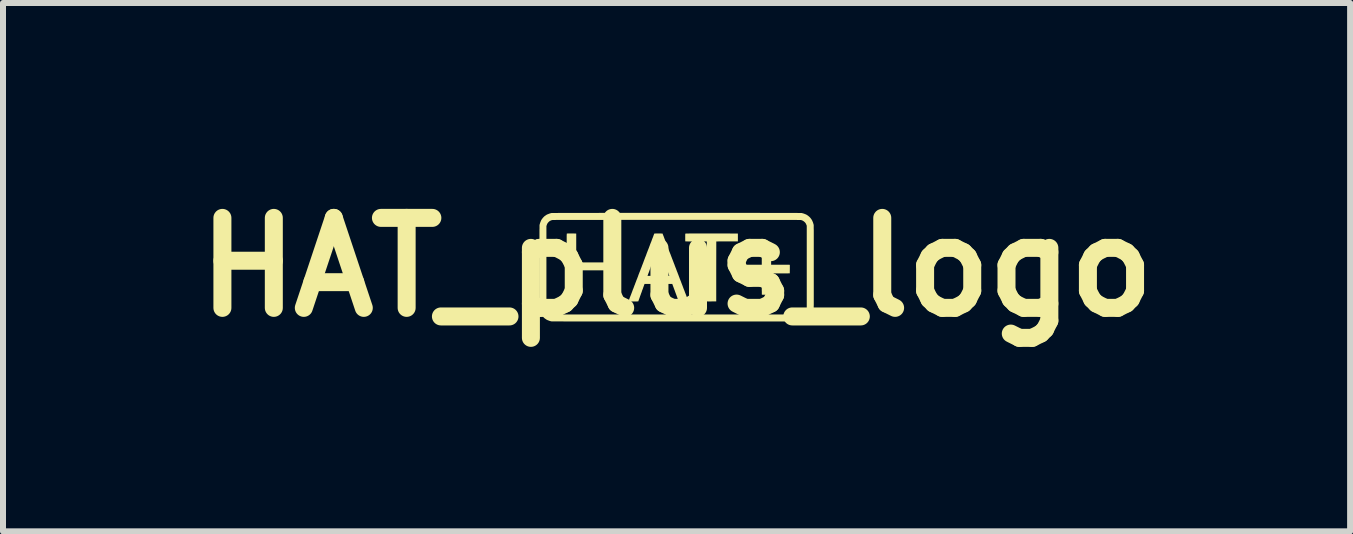
<source format=kicad_pcb>
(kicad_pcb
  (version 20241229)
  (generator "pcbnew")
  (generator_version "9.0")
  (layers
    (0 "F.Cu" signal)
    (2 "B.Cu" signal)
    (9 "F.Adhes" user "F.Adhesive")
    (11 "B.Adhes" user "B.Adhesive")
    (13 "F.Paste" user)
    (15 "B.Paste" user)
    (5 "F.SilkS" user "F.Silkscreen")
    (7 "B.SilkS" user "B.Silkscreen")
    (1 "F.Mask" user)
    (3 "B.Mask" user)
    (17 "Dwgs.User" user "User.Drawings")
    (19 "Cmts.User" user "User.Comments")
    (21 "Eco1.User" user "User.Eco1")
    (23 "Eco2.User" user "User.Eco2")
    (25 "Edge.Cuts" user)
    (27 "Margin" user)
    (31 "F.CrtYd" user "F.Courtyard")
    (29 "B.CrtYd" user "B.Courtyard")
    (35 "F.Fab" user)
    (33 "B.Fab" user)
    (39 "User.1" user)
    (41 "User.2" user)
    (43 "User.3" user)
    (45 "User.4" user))
  (footprint "HAT_plus_logo"
    (layer "F.Cu")
    (at 8.229 1.404)
    (property "Reference" "HAT_plus_logo" (at 0 0 0) (layer "F.SilkS") (effects (font (size 1.5 1.5) (thickness 0.3))))
    (attr board_only exclude_from_pos_files exclude_from_bom)
    (fp_poly (pts (xy 0.628 -0.562) (xy 0.671 -0.562) (xy 0.712 -0.562) (xy 0.75 -0.562) (xy 0.786 -0.562) (xy 0.82 -0.562) (xy 0.851 -0.562) (xy 0.879 -0.562) (xy 0.905 -0.561) (xy 0.929 -0.561) (xy 0.949 -0.561) (xy 0.967 -0.561) (xy 0.983 -0.561) (xy 0.995 -0.561) (xy 1.005 -0.561) (xy 1.013 -0.561) (xy 1.017 -0.561) (xy 1.019 -0.56) (xy 1.022 -0.559) (xy 1.022 -0.494) (xy 1.022 -0.43) (xy 0.842 -0.43) (xy 0.662 -0.429) (xy 0.661 0.071) (xy 0.661 0.571) (xy 0.584 0.571) (xy 0.567 0.572) (xy 0.553 0.572) (xy 0.541 0.572) (xy 0.531 0.572) (xy 0.524 0.572) (xy 0.518 0.571) (xy 0.513 0.571) (xy 0.51 0.571) (xy 0.508 0.571) (xy 0.506 0.57) (xy 0.505 0.57) (xy 0.505 0.569) (xy 0.505 0.569) (xy 0.505 0.568) (xy 0.505 0.564) (xy 0.504 0.557) (xy 0.504 0.549) (xy 0.504 0.537) (xy 0.504 0.523) (xy 0.504 0.507) (xy 0.504 0.488) (xy 0.504 0.467) (xy 0.504 0.443) (xy 0.504 0.416) (xy 0.504 0.387) (xy 0.504 0.355) (xy 0.503 0.32) (xy 0.503 0.283) (xy 0.503 0.243) (xy 0.503 0.2) (xy 0.503 0.154) (xy 0.503 0.106) (xy 0.503 0.069) (xy 0.503 -0.429) (xy 0.325 -0.429) (xy 0.299 -0.429) (xy 0.275 -0.429) (xy 0.254 -0.429) (xy 0.236 -0.429) (xy 0.22 -0.429) (xy 0.205 -0.429) (xy 0.193 -0.429) (xy 0.183 -0.429) (xy 0.174 -0.43) (xy 0.167 -0.43) (xy 0.161 -0.43) (xy 0.156 -0.43) (xy 0.153 -0.43) (xy 0.15 -0.43) (xy 0.148 -0.431) (xy 0.147 -0.431) (xy 0.146 -0.431) (xy 0.146 -0.432) (xy 0.145 -0.432) (xy 0.145 -0.434) (xy 0.145 -0.439) (xy 0.144 -0.447) (xy 0.144 -0.457) (xy 0.144 -0.47) (xy 0.144 -0.485) (xy 0.144 -0.495) (xy 0.144 -0.51) (xy 0.144 -0.522) (xy 0.144 -0.532) (xy 0.144 -0.54) (xy 0.144 -0.546) (xy 0.145 -0.55) (xy 0.145 -0.554) (xy 0.145 -0.556) (xy 0.146 -0.557) (xy 0.146 -0.558) (xy 0.147 -0.559) (xy 0.147 -0.559) (xy 0.148 -0.559) (xy 0.148 -0.56) (xy 0.149 -0.56) (xy 0.15 -0.56) (xy 0.152 -0.56) (xy 0.154 -0.561) (xy 0.157 -0.561) (xy 0.161 -0.561) (xy 0.165 -0.561) (xy 0.171 -0.561) (xy 0.177 -0.561) (xy 0.185 -0.561) (xy 0.194 -0.561) (xy 0.204 -0.561) (xy 0.216 -0.562) (xy 0.229 -0.562) (xy 0.243 -0.562) (xy 0.26 -0.562) (xy 0.278 -0.562) (xy 0.298 -0.562) (xy 0.32 -0.562) (xy 0.345 -0.562) (xy 0.371 -0.562) (xy 0.4 -0.562) (xy 0.431 -0.562) (xy 0.464 -0.562) (xy 0.501 -0.562) (xy 0.539 -0.562) (xy 0.581 -0.562) (xy 0.582 -0.562)) (stroke (width 0) (type solid)) (fill yes) (layer "F.SilkS"))
    (fp_poly (pts (xy 1.513 -0.369) (xy 1.528 -0.369) (xy 1.541 -0.369) (xy 1.552 -0.369) (xy 1.56 -0.369) (xy 1.567 -0.368) (xy 1.571 -0.368) (xy 1.572 -0.368) (xy 1.576 -0.367) (xy 1.576 -0.204) (xy 1.576 -0.041) (xy 1.728 -0.041) (xy 1.754 -0.041) (xy 1.777 -0.041) (xy 1.799 -0.041) (xy 1.818 -0.041) (xy 1.835 -0.041) (xy 1.85 -0.041) (xy 1.862 -0.041) (xy 1.872 -0.041) (xy 1.879 -0.04) (xy 1.883 -0.04) (xy 1.884 -0.04) (xy 1.888 -0.039) (xy 1.888 0.032) (xy 1.887 0.103) (xy 1.731 0.104) (xy 1.576 0.104) (xy 1.575 0.281) (xy 1.575 0.458) (xy 1.499 0.459) (xy 1.482 0.459) (xy 1.468 0.459) (xy 1.457 0.459) (xy 1.447 0.459) (xy 1.44 0.459) (xy 1.434 0.459) (xy 1.43 0.459) (xy 1.426 0.458) (xy 1.424 0.458) (xy 1.423 0.458) (xy 1.422 0.457) (xy 1.422 0.457) (xy 1.422 0.456) (xy 1.421 0.455) (xy 1.421 0.45) (xy 1.421 0.443) (xy 1.421 0.433) (xy 1.421 0.421) (xy 1.421 0.406) (xy 1.42 0.388) (xy 1.42 0.367) (xy 1.42 0.344) (xy 1.42 0.318) (xy 1.42 0.289) (xy 1.42 0.279) (xy 1.42 0.104) (xy 1.266 0.104) (xy 1.241 0.104) (xy 1.22 0.104) (xy 1.2 0.104) (xy 1.184 0.104) (xy 1.169 0.104) (xy 1.157 0.104) (xy 1.146 0.104) (xy 1.137 0.104) (xy 1.13 0.104) (xy 1.124 0.104) (xy 1.12 0.103) (xy 1.116 0.103) (xy 1.114 0.103) (xy 1.112 0.103) (xy 1.111 0.102) (xy 1.11 0.102) (xy 1.11 0.102) (xy 1.109 0.101) (xy 1.109 0.099) (xy 1.109 0.094) (xy 1.108 0.086) (xy 1.108 0.076) (xy 1.108 0.063) (xy 1.108 0.048) (xy 1.108 0.031) (xy 1.108 0.016) (xy 1.108 0.003) (xy 1.108 -0.008) (xy 1.108 -0.016) (xy 1.108 -0.023) (xy 1.108 -0.028) (xy 1.109 -0.032) (xy 1.109 -0.034) (xy 1.109 -0.036) (xy 1.11 -0.037) (xy 1.11 -0.038) (xy 1.111 -0.038) (xy 1.111 -0.039) (xy 1.112 -0.039) (xy 1.113 -0.04) (xy 1.114 -0.04) (xy 1.116 -0.04) (xy 1.119 -0.041) (xy 1.123 -0.041) (xy 1.128 -0.041) (xy 1.134 -0.041) (xy 1.142 -0.041) (xy 1.151 -0.041) (xy 1.162 -0.041) (xy 1.175 -0.041) (xy 1.19 -0.041) (xy 1.207 -0.041) (xy 1.227 -0.041) (xy 1.249 -0.041) (xy 1.267 -0.041) (xy 1.42 -0.041) (xy 1.42 -0.202) (xy 1.42 -0.227) (xy 1.42 -0.25) (xy 1.42 -0.269) (xy 1.42 -0.286) (xy 1.42 -0.301) (xy 1.42 -0.314) (xy 1.42 -0.325) (xy 1.42 -0.335) (xy 1.421 -0.342) (xy 1.421 -0.349) (xy 1.421 -0.354) (xy 1.421 -0.358) (xy 1.421 -0.361) (xy 1.422 -0.363) (xy 1.422 -0.364) (xy 1.422 -0.365) (xy 1.423 -0.366) (xy 1.423 -0.366) (xy 1.423 -0.366) (xy 1.424 -0.367) (xy 1.425 -0.368) (xy 1.426 -0.368) (xy 1.428 -0.368) (xy 1.431 -0.369) (xy 1.435 -0.369) (xy 1.441 -0.369) (xy 1.448 -0.369) (xy 1.457 -0.369) (xy 1.469 -0.369) (xy 1.483 -0.369) (xy 1.497 -0.369)) (stroke (width 0) (type solid)) (fill yes) (layer "F.SilkS"))
    (fp_poly (pts (xy -1.737 -0.562) (xy -1.722 -0.562) (xy -1.709 -0.562) (xy -1.698 -0.561) (xy -1.689 -0.561) (xy -1.682 -0.561) (xy -1.678 -0.561) (xy -1.676 -0.56) (xy -1.673 -0.559) (xy -1.673 -0.319) (xy -1.673 -0.08) (xy -1.396 -0.08) (xy -1.119 -0.08) (xy -1.119 -0.318) (xy -1.119 -0.348) (xy -1.119 -0.376) (xy -1.119 -0.401) (xy -1.119 -0.424) (xy -1.119 -0.445) (xy -1.119 -0.463) (xy -1.119 -0.479) (xy -1.119 -0.493) (xy -1.119 -0.505) (xy -1.119 -0.516) (xy -1.119 -0.525) (xy -1.119 -0.533) (xy -1.119 -0.539) (xy -1.119 -0.544) (xy -1.118 -0.548) (xy -1.118 -0.552) (xy -1.118 -0.554) (xy -1.118 -0.556) (xy -1.118 -0.557) (xy -1.117 -0.558) (xy -1.117 -0.558) (xy -1.117 -0.559) (xy -1.116 -0.559) (xy -1.116 -0.56) (xy -1.115 -0.56) (xy -1.114 -0.561) (xy -1.111 -0.561) (xy -1.109 -0.561) (xy -1.104 -0.561) (xy -1.099 -0.562) (xy -1.092 -0.562) (xy -1.083 -0.562) (xy -1.072 -0.562) (xy -1.058 -0.562) (xy -1.042 -0.562) (xy -1.04 -0.562) (xy -1.023 -0.562) (xy -1.008 -0.562) (xy -0.995 -0.562) (xy -0.984 -0.561) (xy -0.974 -0.561) (xy -0.968 -0.561) (xy -0.963 -0.561) (xy -0.962 -0.56) (xy -0.958 -0.559) (xy -0.959 0.006) (xy -0.959 0.571) (xy -1.037 0.571) (xy -1.054 0.572) (xy -1.069 0.572) (xy -1.081 0.572) (xy -1.091 0.572) (xy -1.098 0.572) (xy -1.105 0.571) (xy -1.109 0.571) (xy -1.112 0.571) (xy -1.115 0.571) (xy -1.116 0.57) (xy -1.117 0.57) (xy -1.118 0.569) (xy -1.118 0.569) (xy -1.118 0.567) (xy -1.118 0.563) (xy -1.118 0.559) (xy -1.119 0.553) (xy -1.119 0.546) (xy -1.119 0.537) (xy -1.119 0.526) (xy -1.119 0.513) (xy -1.119 0.499) (xy -1.119 0.482) (xy -1.119 0.463) (xy -1.119 0.443) (xy -1.119 0.419) (xy -1.119 0.393) (xy -1.119 0.365) (xy -1.119 0.334) (xy -1.119 0.31) (xy -1.119 0.053) (xy -1.396 0.053) (xy -1.673 0.053) (xy -1.673 0.311) (xy -1.673 0.344) (xy -1.673 0.375) (xy -1.673 0.403) (xy -1.673 0.428) (xy -1.673 0.451) (xy -1.673 0.472) (xy -1.673 0.49) (xy -1.673 0.506) (xy -1.673 0.52) (xy -1.673 0.533) (xy -1.673 0.543) (xy -1.673 0.551) (xy -1.674 0.558) (xy -1.674 0.563) (xy -1.674 0.567) (xy -1.674 0.569) (xy -1.674 0.57) (xy -1.674 0.57) (xy -1.675 0.57) (xy -1.678 0.571) (xy -1.682 0.571) (xy -1.689 0.571) (xy -1.697 0.572) (xy -1.707 0.572) (xy -1.72 0.572) (xy -1.735 0.572) (xy -1.753 0.572) (xy -1.769 0.572) (xy -1.784 0.572) (xy -1.795 0.572) (xy -1.805 0.572) (xy -1.812 0.572) (xy -1.818 0.571) (xy -1.823 0.571) (xy -1.826 0.571) (xy -1.828 0.571) (xy -1.829 0.57) (xy -1.83 0.57) (xy -1.831 0.569) (xy -1.831 0.569) (xy -1.831 0.568) (xy -1.831 0.564) (xy -1.831 0.557) (xy -1.831 0.548) (xy -1.831 0.537) (xy -1.832 0.523) (xy -1.832 0.506) (xy -1.832 0.487) (xy -1.832 0.466) (xy -1.832 0.441) (xy -1.832 0.414) (xy -1.832 0.385) (xy -1.832 0.352) (xy -1.832 0.317) (xy -1.832 0.28) (xy -1.832 0.239) (xy -1.832 0.196) (xy -1.832 0.15) (xy -1.832 0.101) (xy -1.832 0.05) (xy -1.832 0.005) (xy -1.832 -0.043) (xy -1.832 -0.087) (xy -1.832 -0.129) (xy -1.832 -0.169) (xy -1.832 -0.206) (xy -1.832 -0.241) (xy -1.832 -0.273) (xy -1.832 -0.303) (xy -1.832 -0.331) (xy -1.832 -0.356) (xy -1.832 -0.38) (xy -1.832 -0.402) (xy -1.832 -0.421) (xy -1.832 -0.44) (xy -1.832 -0.456) (xy -1.832 -0.471) (xy -1.832 -0.484) (xy -1.832 -0.496) (xy -1.832 -0.506) (xy -1.832 -0.516) (xy -1.832 -0.524) (xy -1.832 -0.531) (xy -1.831 -0.537) (xy -1.831 -0.542) (xy -1.831 -0.546) (xy -1.831 -0.549) (xy -1.831 -0.552) (xy -1.831 -0.554) (xy -1.831 -0.556) (xy -1.83 -0.557) (xy -1.83 -0.558) (xy -1.83 -0.558) (xy -1.83 -0.559) (xy -1.83 -0.559) (xy -1.829 -0.559) (xy -1.829 -0.56) (xy -1.828 -0.56) (xy -1.826 -0.561) (xy -1.824 -0.561) (xy -1.821 -0.561) (xy -1.817 -0.561) (xy -1.812 -0.562) (xy -1.805 -0.562) (xy -1.796 -0.562) (xy -1.784 -0.562) (xy -1.771 -0.562) (xy -1.755 -0.562) (xy -1.753 -0.562)) (stroke (width 0) (type solid)) (fill yes) (layer "F.SilkS"))
    (fp_poly (pts (xy -0.29 -0.562) (xy -0.278 -0.562) (xy -0.267 -0.562) (xy -0.257 -0.561) (xy -0.249 -0.561) (xy -0.242 -0.561) (xy -0.238 -0.561) (xy -0.236 -0.56) (xy -0.233 -0.559) (xy -0.232 -0.557) (xy -0.232 -0.555) (xy -0.231 -0.551) (xy -0.229 -0.546) (xy -0.226 -0.54) (xy -0.224 -0.533) (xy -0.221 -0.527) (xy -0.219 -0.521) (xy -0.219 -0.52) (xy -0.217 -0.517) (xy -0.215 -0.512) (xy -0.213 -0.505) (xy -0.21 -0.498) (xy -0.21 -0.498) (xy -0.207 -0.489) (xy -0.203 -0.479) (xy -0.199 -0.468) (xy -0.194 -0.456) (xy -0.189 -0.443) (xy -0.184 -0.428) (xy -0.177 -0.411) (xy -0.17 -0.392) (xy -0.164 -0.379) (xy -0.162 -0.371) (xy -0.158 -0.363) (xy -0.156 -0.356) (xy -0.155 -0.354) (xy -0.153 -0.348) (xy -0.15 -0.34) (xy -0.147 -0.332) (xy -0.145 -0.327) (xy -0.142 -0.32) (xy -0.14 -0.313) (xy -0.138 -0.308) (xy -0.136 -0.304) (xy -0.135 -0.299) (xy -0.132 -0.292) (xy -0.129 -0.283) (xy -0.125 -0.273) (xy -0.121 -0.262) (xy -0.116 -0.251) (xy -0.112 -0.24) (xy -0.108 -0.23) (xy -0.107 -0.228) (xy -0.105 -0.223) (xy -0.102 -0.216) (xy -0.099 -0.208) (xy -0.096 -0.2) (xy -0.096 -0.199) (xy -0.093 -0.192) (xy -0.091 -0.185) (xy -0.088 -0.179) (xy -0.086 -0.174) (xy -0.086 -0.174) (xy -0.085 -0.17) (xy -0.082 -0.164) (xy -0.08 -0.157) (xy -0.077 -0.15) (xy -0.077 -0.149) (xy -0.074 -0.141) (xy -0.071 -0.135) (xy -0.069 -0.129) (xy -0.068 -0.126) (xy -0.068 -0.125) (xy -0.066 -0.122) (xy -0.064 -0.116) (xy -0.062 -0.11) (xy -0.061 -0.109) (xy -0.059 -0.103) (xy -0.056 -0.096) (xy -0.053 -0.087) (xy -0.05 -0.079) (xy -0.05 -0.079) (xy -0.046 -0.07) (xy -0.043 -0.061) (xy -0.039 -0.051) (xy -0.036 -0.044) (xy -0.033 -0.036) (xy -0.03 -0.026) (xy -0.026 -0.017) (xy -0.024 -0.011) (xy -0.017 0.007) (xy -0.009 0.026) (xy -0.002 0.047) (xy 0.002 0.056) (xy 0.004 0.063) (xy 0.006 0.069) (xy 0.008 0.073) (xy 0.009 0.076) (xy 0.011 0.078) (xy 0.012 0.083) (xy 0.015 0.09) (xy 0.018 0.097) (xy 0.018 0.099) (xy 0.022 0.109) (xy 0.026 0.119) (xy 0.03 0.129) (xy 0.033 0.138) (xy 0.036 0.145) (xy 0.039 0.154) (xy 0.043 0.164) (xy 0.047 0.175) (xy 0.051 0.185) (xy 0.051 0.187) (xy 0.055 0.196) (xy 0.058 0.204) (xy 0.061 0.211) (xy 0.063 0.217) (xy 0.065 0.22) (xy 0.065 0.221) (xy 0.066 0.224) (xy 0.068 0.229) (xy 0.071 0.236) (xy 0.074 0.243) (xy 0.075 0.246) (xy 0.078 0.256) (xy 0.082 0.266) (xy 0.086 0.277) (xy 0.09 0.287) (xy 0.091 0.29) (xy 0.095 0.299) (xy 0.098 0.308) (xy 0.102 0.317) (xy 0.104 0.325) (xy 0.105 0.327) (xy 0.111 0.342) (xy 0.115 0.354) (xy 0.119 0.363) (xy 0.122 0.371) (xy 0.124 0.376) (xy 0.125 0.379) (xy 0.127 0.383) (xy 0.129 0.389) (xy 0.132 0.396) (xy 0.134 0.403) (xy 0.135 0.404) (xy 0.138 0.413) (xy 0.142 0.424) (xy 0.146 0.434) (xy 0.149 0.441) (xy 0.152 0.449) (xy 0.156 0.459) (xy 0.16 0.469) (xy 0.163 0.478) (xy 0.163 0.478) (xy 0.166 0.487) (xy 0.17 0.496) (xy 0.173 0.504) (xy 0.175 0.51) (xy 0.176 0.511) (xy 0.178 0.517) (xy 0.18 0.523) (xy 0.182 0.528) (xy 0.183 0.529) (xy 0.186 0.539) (xy 0.189 0.546) (xy 0.191 0.551) (xy 0.192 0.555) (xy 0.193 0.558) (xy 0.194 0.559) (xy 0.195 0.562) (xy 0.195 0.567) (xy 0.195 0.571) (xy 0.115 0.571) (xy 0.098 0.572) (xy 0.084 0.572) (xy 0.072 0.572) (xy 0.062 0.572) (xy 0.054 0.572) (xy 0.048 0.571) (xy 0.043 0.571) (xy 0.04 0.571) (xy 0.037 0.571) (xy 0.036 0.57) (xy 0.035 0.57) (xy 0.034 0.569) (xy 0.034 0.569) (xy 0.033 0.566) (xy 0.031 0.562) (xy 0.029 0.556) (xy 0.026 0.549) (xy 0.024 0.541) (xy 0.021 0.534) (xy 0.019 0.527) (xy 0.017 0.522) (xy 0.016 0.52) (xy 0.015 0.515) (xy 0.013 0.509) (xy 0.011 0.506) (xy 0.01 0.502) (xy 0.008 0.496) (xy 0.005 0.488) (xy 0.002 0.48) (xy 0.001 0.478) (xy -0.001 0.471) (xy -0.004 0.464) (xy -0.005 0.459) (xy -0.007 0.456) (xy -0.007 0.456) (xy -0.008 0.454) (xy -0.009 0.45) (xy -0.011 0.444) (xy -0.013 0.44) (xy -0.015 0.434) (xy -0.017 0.428) (xy -0.019 0.424) (xy -0.019 0.423) (xy -0.02 0.42) (xy -0.022 0.416) (xy -0.024 0.41) (xy -0.026 0.403) (xy -0.026 0.403) (xy -0.029 0.396) (xy -0.031 0.39) (xy -0.032 0.385) (xy -0.034 0.382) (xy -0.034 0.382) (xy -0.035 0.38) (xy -0.037 0.375) (xy -0.039 0.368) (xy -0.042 0.36) (xy -0.046 0.351) (xy -0.049 0.342) (xy -0.052 0.333) (xy -0.056 0.324) (xy -0.057 0.319) (xy -0.06 0.312) (xy -0.063 0.304) (xy -0.066 0.296) (xy -0.067 0.293) (xy -0.072 0.279) (xy -0.303 0.279) (xy -0.534 0.279) (xy -0.536 0.284) (xy -0.537 0.289) (xy -0.539 0.292) (xy -0.539 0.293) (xy -0.541 0.298) (xy -0.543 0.302) (xy -0.544 0.306) (xy -0.545 0.309) (xy -0.546 0.313) (xy -0.548 0.318) (xy -0.551 0.324) (xy -0.551 0.326) (xy -0.553 0.331) (xy -0.555 0.336) (xy -0.556 0.339) (xy -0.556 0.34) (xy -0.557 0.342) (xy -0.558 0.346) (xy -0.56 0.352) (xy -0.562 0.358) (xy -0.564 0.364) (xy -0.566 0.369) (xy -0.568 0.372) (xy -0.568 0.373) (xy -0.569 0.375) (xy -0.571 0.38) (xy -0.573 0.386) (xy -0.576 0.393) (xy -0.577 0.397) (xy -0.579 0.405) (xy -0.582 0.412) (xy -0.583 0.417) (xy -0.585 0.42) (xy -0.585 0.421) (xy -0.586 0.424) (xy -0.588 0.428) (xy -0.59 0.434) (xy -0.593 0.441) (xy -0.594 0.445) (xy -0.596 0.452) (xy -0.599 0.459) (xy -0.601 0.464) (xy -0.602 0.468) (xy -0.602 0.468) (xy -0.603 0.471) (xy -0.605 0.475) (xy -0.607 0.481) (xy -0.61 0.488) (xy -0.61 0.489) (xy -0.613 0.499) (xy -0.616 0.507) (xy -0.618 0.513) (xy -0.62 0.518) (xy -0.621 0.522) (xy -0.623 0.526) (xy -0.624 0.529) (xy -0.626 0.535) (xy -0.628 0.54) (xy -0.629 0.543) (xy -0.63 0.548) (xy -0.632 0.551) (xy -0.632 0.551) (xy -0.633 0.554) (xy -0.635 0.559) (xy -0.635 0.561) (xy -0.637 0.566) (xy -0.638 0.569) (xy -0.639 0.57) (xy -0.64 0.57) (xy -0.642 0.571) (xy -0.646 0.571) (xy -0.651 0.571) (xy -0.658 0.571) (xy -0.668 0.572) (xy -0.679 0.572) (xy -0.693 0.572) (xy -0.709 0.572) (xy -0.72 0.572) (xy -0.799 0.572) (xy -0.8 0.568) (xy -0.801 0.566) (xy -0.8 0.563) (xy -0.799 0.558) (xy -0.796 0.552) (xy -0.794 0.546) (xy -0.793 0.544) (xy -0.791 0.539) (xy -0.789 0.534) (xy -0.788 0.532) (xy -0.787 0.528) (xy -0.786 0.525) (xy -0.786 0.525) (xy -0.785 0.522) (xy -0.784 0.518) (xy -0.782 0.513) (xy -0.78 0.508) (xy -0.777 0.501) (xy -0.774 0.493) (xy -0.771 0.485) (xy -0.77 0.483) (xy -0.767 0.476) (xy -0.764 0.468) (xy -0.761 0.461) (xy -0.761 0.461) (xy -0.754 0.442) (xy -0.747 0.424) (xy -0.74 0.404) (xy -0.739 0.404) (xy -0.736 0.394) (xy -0.732 0.383) (xy -0.728 0.372) (xy -0.724 0.363) (xy -0.724 0.362) (xy -0.72 0.354) (xy -0.717 0.345) (xy -0.714 0.337) (xy -0.711 0.33) (xy -0.711 0.329) (xy -0.708 0.322) (xy -0.706 0.315) (xy -0.704 0.309) (xy -0.703 0.308) (xy -0.7 0.299) (xy -0.695 0.289) (xy -0.691 0.276) (xy -0.686 0.263) (xy -0.681 0.25) (xy -0.676 0.238) (xy -0.673 0.229) (xy -0.67 0.221) (xy -0.668 0.215) (xy -0.666 0.209) (xy -0.664 0.207) (xy -0.663 0.203) (xy -0.66 0.197) (xy -0.658 0.191) (xy -0.656 0.186) (xy -0.653 0.178) (xy -0.65 0.17) (xy -0.648 0.164) (xy -0.646 0.16) (xy -0.644 0.155) (xy -0.641 0.148) (xy -0.641 0.145) (xy -0.485 0.145) (xy -0.303 0.145) (xy -0.28 0.145) (xy -0.259 0.145) (xy -0.238 0.145) (xy -0.218 0.145) (xy -0.2 0.145) (xy -0.183 0.145) (xy -0.168 0.145) (xy -0.155 0.145) (xy -0.143 0.145) (xy -0.134 0.145) (xy -0.127 0.145) (xy -0.123 0.145) (xy -0.121 0.145) (xy -0.121 0.145) (xy -0.122 0.143) (xy -0.123 0.139) (xy -0.125 0.134) (xy -0.127 0.127) (xy -0.129 0.121) (xy -0.132 0.114) (xy -0.134 0.108) (xy -0.135 0.104) (xy -0.136 0.101) (xy -0.136 0.101) (xy -0.138 0.098) (xy -0.138 0.096) (xy -0.139 0.093) (xy -0.14 0.09) (xy -0.141 0.088) (xy -0.143 0.084) (xy -0.145 0.079) (xy -0.147 0.072) (xy -0.149 0.066) (xy -0.152 0.058) (xy -0.154 0.051) (xy -0.156 0.046) (xy -0.158 0.042) (xy -0.159 0.038) (xy -0.161 0.032) (xy -0.164 0.025) (xy -0.166 0.019) (xy -0.169 0.012) (xy -0.171 0.007) (xy -0.172 0.003) (xy -0.173 0.001) (xy -0.173 -0.001) (xy -0.174 -0.005) (xy -0.176 -0.01) (xy -0.178 -0.014) (xy -0.181 -0.021) (xy -0.184 -0.029) (xy -0.187 -0.038) (xy -0.188 -0.041) (xy -0.19 -0.046) (xy -0.192 -0.053) (xy -0.196 -0.061) (xy -0.199 -0.072) (xy -0.204 -0.083) (xy -0.208 -0.096) (xy -0.213 -0.109) (xy -0.217 -0.119) (xy -0.222 -0.132) (xy -0.226 -0.145) (xy -0.23 -0.156) (xy -0.234 -0.167) (xy -0.237 -0.176) (xy -0.24 -0.183) (xy -0.242 -0.189) (xy -0.243 -0.191) (xy -0.244 -0.196) (xy -0.247 -0.203) (xy -0.25 -0.21) (xy -0.253 -0.218) (xy -0.253 -0.218) (xy -0.255 -0.226) (xy -0.258 -0.232) (xy -0.26 -0.237) (xy -0.261 -0.241) (xy -0.261 -0.241) (xy -0.262 -0.245) (xy -0.264 -0.25) (xy -0.266 -0.256) (xy -0.266 -0.257) (xy -0.268 -0.262) (xy -0.271 -0.269) (xy -0.274 -0.277) (xy -0.277 -0.286) (xy -0.28 -0.292) (xy -0.283 -0.301) (xy -0.286 -0.31) (xy -0.29 -0.319) (xy -0.293 -0.327) (xy -0.294 -0.331) (xy -0.296 -0.337) (xy -0.298 -0.343) (xy -0.3 -0.348) (xy -0.3 -0.35) (xy -0.301 -0.353) (xy -0.302 -0.354) (xy -0.303 -0.353) (xy -0.305 -0.35) (xy -0.307 -0.345) (xy -0.31 -0.338) (xy -0.312 -0.331) (xy -0.314 -0.327) (xy -0.315 -0.322) (xy -0.317 -0.316) (xy -0.32 -0.31) (xy -0.322 -0.302) (xy -0.325 -0.294) (xy -0.329 -0.283) (xy -0.331 -0.279) (xy -0.337 -0.264) (xy -0.342 -0.25) (xy -0.346 -0.239) (xy -0.349 -0.23) (xy -0.352 -0.222) (xy -0.352 -0.222) (xy -0.353 -0.217) (xy -0.356 -0.211) (xy -0.359 -0.203) (xy -0.362 -0.195) (xy -0.362 -0.194) (xy -0.365 -0.186) (xy -0.368 -0.178) (xy -0.372 -0.167) (xy -0.376 -0.156) (xy -0.38 -0.145) (xy -0.385 -0.133) (xy -0.389 -0.121) (xy -0.393 -0.11) (xy -0.397 -0.1) (xy -0.4 -0.09) (xy -0.403 -0.082) (xy -0.405 -0.075) (xy -0.407 -0.07) (xy -0.408 -0.068) (xy -0.408 -0.068) (xy -0.408 -0.066) (xy -0.41 -0.062) (xy -0.412 -0.056) (xy -0.414 -0.049) (xy -0.417 -0.041) (xy -0.42 -0.032) (xy -0.423 -0.024) (xy -0.427 -0.016) (xy -0.429 -0.009) (xy -0.43 -0.008) (xy -0.432 -0.002) (xy -0.434 0.003) (xy -0.435 0.006) (xy -0.435 0.007) (xy -0.435 0.009) (xy -0.437 0.013) (xy -0.439 0.018) (xy -0.44 0.021) (xy -0.442 0.028) (xy -0.445 0.034) (xy -0.446 0.039) (xy -0.447 0.041) (xy -0.449 0.047) (xy -0.452 0.055) (xy -0.455 0.064) (xy -0.458 0.073) (xy -0.461 0.081) (xy -0.464 0.089) (xy -0.466 0.095) (xy -0.467 0.096) (xy -0.471 0.107) (xy -0.475 0.117) (xy -0.477 0.124) (xy -0.479 0.13) (xy -0.481 0.134) (xy -0.482 0.138) (xy -0.483 0.139) (xy -0.485 0.145) (xy -0.641 0.145) (xy -0.639 0.14) (xy -0.637 0.134) (xy -0.634 0.127) (xy -0.632 0.12) (xy -0.63 0.114) (xy -0.628 0.111) (xy -0.626 0.106) (xy -0.624 0.1) (xy -0.622 0.095) (xy -0.62 0.089) (xy -0.617 0.083) (xy -0.616 0.079) (xy -0.614 0.075) (xy -0.612 0.07) (xy -0.609 0.064) (xy -0.609 0.063) (xy -0.601 0.041) (xy -0.594 0.022) (xy -0.587 0.005) (xy -0.585 0.001) (xy -0.582 -0.008) (xy -0.578 -0.018) (xy -0.575 -0.027) (xy -0.573 -0.033) (xy -0.569 -0.041) (xy -0.566 -0.051) (xy -0.562 -0.06) (xy -0.56 -0.066) (xy -0.557 -0.074) (xy -0.553 -0.083) (xy -0.55 -0.093) (xy -0.546 -0.103) (xy -0.544 -0.108) (xy -0.538 -0.125) (xy -0.532 -0.14) (xy -0.527 -0.154) (xy -0.523 -0.165) (xy -0.519 -0.173) (xy -0.517 -0.179) (xy -0.516 -0.182) (xy -0.515 -0.184) (xy -0.514 -0.187) (xy -0.512 -0.191) (xy -0.51 -0.196) (xy -0.508 -0.202) (xy -0.505 -0.21) (xy -0.502 -0.219) (xy -0.498 -0.23) (xy -0.493 -0.243) (xy -0.487 -0.258) (xy -0.481 -0.275) (xy -0.478 -0.281) (xy -0.476 -0.288) (xy -0.472 -0.296) (xy -0.469 -0.304) (xy -0.469 -0.304) (xy -0.466 -0.312) (xy -0.463 -0.32) (xy -0.46 -0.327) (xy -0.459 -0.332) (xy -0.458 -0.332) (xy -0.456 -0.338) (xy -0.453 -0.347) (xy -0.449 -0.357) (xy -0.444 -0.37) (xy -0.439 -0.386) (xy -0.435 -0.395) (xy -0.432 -0.402) (xy -0.43 -0.408) (xy -0.428 -0.413) (xy -0.426 -0.416) (xy -0.426 -0.417) (xy -0.425 -0.419) (xy -0.423 -0.424) (xy -0.421 -0.43) (xy -0.418 -0.437) (xy -0.416 -0.442) (xy -0.414 -0.45) (xy -0.411 -0.457) (xy -0.409 -0.464) (xy -0.407 -0.468) (xy -0.406 -0.469) (xy -0.405 -0.473) (xy -0.404 -0.476) (xy -0.404 -0.476) (xy -0.403 -0.478) (xy -0.402 -0.482) (xy -0.4 -0.487) (xy -0.399 -0.488) (xy -0.397 -0.493) (xy -0.394 -0.5) (xy -0.391 -0.508) (xy -0.388 -0.516) (xy -0.388 -0.519) (xy -0.385 -0.526) (xy -0.382 -0.533) (xy -0.38 -0.538) (xy -0.379 -0.542) (xy -0.379 -0.543) (xy -0.377 -0.546) (xy -0.376 -0.55) (xy -0.375 -0.552) (xy -0.373 -0.557) (xy -0.371 -0.56) (xy -0.37 -0.561) (xy -0.367 -0.561) (xy -0.363 -0.561) (xy -0.356 -0.561) (xy -0.347 -0.562) (xy -0.337 -0.562) (xy -0.326 -0.562) (xy -0.314 -0.562) (xy -0.302 -0.562)) (stroke (width 0) (type solid)) (fill yes) (layer "F.SilkS"))
    (fp_poly (pts (xy 0.162 -0.905) (xy 0.229 -0.905) (xy 0.295 -0.905) (xy 0.361 -0.905) (xy 0.427 -0.905) (xy 0.492 -0.905) (xy 0.557 -0.905) (xy 0.622 -0.905) (xy 0.686 -0.905) (xy 0.749 -0.905) (xy 0.811 -0.905) (xy 0.873 -0.905) (xy 0.934 -0.905) (xy 0.994 -0.905) (xy 1.053 -0.905) (xy 1.111 -0.905) (xy 1.168 -0.905) (xy 1.224 -0.905) (xy 1.279 -0.905) (xy 1.332 -0.905) (xy 1.385 -0.905) (xy 1.435 -0.904) (xy 1.485 -0.904) (xy 1.533 -0.904) (xy 1.579 -0.904) (xy 1.624 -0.904) (xy 1.667 -0.904) (xy 1.708 -0.904) (xy 1.747 -0.904) (xy 1.785 -0.904) (xy 1.821 -0.904) (xy 1.854 -0.904) (xy 1.886 -0.904) (xy 1.916 -0.904) (xy 1.943 -0.904) (xy 1.968 -0.904) (xy 1.991 -0.904) (xy 2.011 -0.904) (xy 2.03 -0.903) (xy 2.045 -0.903) (xy 2.058 -0.903) (xy 2.069 -0.903) (xy 2.076 -0.903) (xy 2.082 -0.903) (xy 2.084 -0.903) (xy 2.084 -0.903) (xy 2.093 -0.901) (xy 2.104 -0.898) (xy 2.115 -0.895) (xy 2.127 -0.891) (xy 2.139 -0.886) (xy 2.15 -0.882) (xy 2.159 -0.878) (xy 2.167 -0.874) (xy 2.17 -0.872) (xy 2.19 -0.859) (xy 2.208 -0.844) (xy 2.224 -0.829) (xy 2.238 -0.812) (xy 2.248 -0.798) (xy 2.258 -0.782) (xy 2.266 -0.764) (xy 2.274 -0.745) (xy 2.28 -0.725) (xy 2.285 -0.707) (xy 2.286 -0.702) (xy 2.286 -0.701) (xy 2.286 -0.696) (xy 2.286 -0.69) (xy 2.286 -0.681) (xy 2.286 -0.67) (xy 2.286 -0.657) (xy 2.286 -0.641) (xy 2.287 -0.623) (xy 2.287 -0.603) (xy 2.287 -0.58) (xy 2.287 -0.554) (xy 2.287 -0.526) (xy 2.287 -0.495) (xy 2.287 -0.462) (xy 2.287 -0.427) (xy 2.287 -0.388) (xy 2.287 -0.347) (xy 2.287 -0.304) (xy 2.287 -0.257) (xy 2.287 -0.208) (xy 2.287 -0.156) (xy 2.287 -0.102) (xy 2.287 -0.044) (xy 2.287 0.001) (xy 2.287 0.055) (xy 2.287 0.106) (xy 2.287 0.155) (xy 2.287 0.201) (xy 2.287 0.244) (xy 2.287 0.285) (xy 2.287 0.323) (xy 2.287 0.359) (xy 2.287 0.393) (xy 2.287 0.425) (xy 2.287 0.454) (xy 2.287 0.481) (xy 2.287 0.507) (xy 2.287 0.53) (xy 2.287 0.552) (xy 2.287 0.572) (xy 2.287 0.59) (xy 2.287 0.606) (xy 2.287 0.621) (xy 2.287 0.635) (xy 2.286 0.647) (xy 2.286 0.658) (xy 2.286 0.667) (xy 2.286 0.675) (xy 2.286 0.682) (xy 2.286 0.688) (xy 2.286 0.693) (xy 2.286 0.697) (xy 2.286 0.701) (xy 2.285 0.703) (xy 2.285 0.705) (xy 2.285 0.706) (xy 2.285 0.706) (xy 2.284 0.713) (xy 2.281 0.722) (xy 2.279 0.731) (xy 2.276 0.74) (xy 2.274 0.748) (xy 2.271 0.754) (xy 2.27 0.758) (xy 2.267 0.764) (xy 2.264 0.77) (xy 2.263 0.774) (xy 2.259 0.781) (xy 2.254 0.79) (xy 2.248 0.799) (xy 2.241 0.809) (xy 2.233 0.819) (xy 2.226 0.828) (xy 2.222 0.832) (xy 2.208 0.845) (xy 2.192 0.859) (xy 2.174 0.871) (xy 2.17 0.874) (xy 2.163 0.878) (xy 2.154 0.882) (xy 2.143 0.886) (xy 2.131 0.891) (xy 2.119 0.895) (xy 2.108 0.898) (xy 2.097 0.901) (xy 2.088 0.903) (xy 2.087 0.903) (xy 2.086 0.904) (xy 2.084 0.904) (xy 2.082 0.904) (xy 2.079 0.904) (xy 2.075 0.904) (xy 2.07 0.904) (xy 2.065 0.904) (xy 2.059 0.904) (xy 2.052 0.904) (xy 2.044 0.904) (xy 2.035 0.904) (xy 2.025 0.904) (xy 2.014 0.904) (xy 2.002 0.905) (xy 1.989 0.905) (xy 1.974 0.905) (xy 1.959 0.905) (xy 1.942 0.905) (xy 1.924 0.905) (xy 1.905 0.905) (xy 1.884 0.905) (xy 1.862 0.905) (xy 1.839 0.905) (xy 1.813 0.905) (xy 1.787 0.905) (xy 1.759 0.905) (xy 1.729 0.905) (xy 1.698 0.905) (xy 1.664 0.905) (xy 1.63 0.905) (xy 1.593 0.905) (xy 1.554 0.905) (xy 1.514 0.905) (xy 1.472 0.905) (xy 1.428 0.905) (xy 1.382 0.905) (xy 1.333 0.905) (xy 1.283 0.905) (xy 1.231 0.905) (xy 1.176 0.905) (xy 1.119 0.905) (xy 1.06 0.905) (xy 0.999 0.905) (xy 0.936 0.905) (xy 0.87 0.905) (xy 0.801 0.905) (xy 0.731 0.905) (xy 0.657 0.905) (xy 0.582 0.905) (xy 0.503 0.905) (xy 0.422 0.905) (xy 0.339 0.905) (xy 0.252 0.905) (xy 0.163 0.905) (xy 0.071 0.905) (xy -0.001 0.905) (xy -0.098 0.905) (xy -0.192 0.905) (xy -0.283 0.905) (xy -0.371 0.905) (xy -0.456 0.905) (xy -0.539 0.905) (xy -0.619 0.905) (xy -0.697 0.905) (xy -0.772 0.905) (xy -0.845 0.905) (xy -0.915 0.905) (xy -0.982 0.905) (xy -1.047 0.905) (xy -1.11 0.905) (xy -1.171 0.905) (xy -1.229 0.905) (xy -1.285 0.905) (xy -1.338 0.905) (xy -1.39 0.905) (xy -1.439 0.905) (xy -1.486 0.905) (xy -1.531 0.905) (xy -1.574 0.905) (xy -1.615 0.905) (xy -1.654 0.905) (xy -1.691 0.905) (xy -1.726 0.905) (xy -1.759 0.905) (xy -1.791 0.905) (xy -1.82 0.905) (xy -1.848 0.905) (xy -1.874 0.905) (xy -1.898 0.904) (xy -1.921 0.904) (xy -1.942 0.904) (xy -1.962 0.904) (xy -1.98 0.904) (xy -1.996 0.904) (xy -2.011 0.904) (xy -2.025 0.904) (xy -2.037 0.904) (xy -2.047 0.904) (xy -2.057 0.904) (xy -2.065 0.904) (xy -2.072 0.904) (xy -2.077 0.904) (xy -2.082 0.904) (xy -2.085 0.904) (xy -2.087 0.903) (xy -2.088 0.903) (xy -2.088 0.903) (xy -2.098 0.901) (xy -2.109 0.898) (xy -2.122 0.894) (xy -2.134 0.889) (xy -2.146 0.885) (xy -2.157 0.88) (xy -2.164 0.877) (xy -2.169 0.874) (xy -2.176 0.869) (xy -2.183 0.864) (xy -2.191 0.859) (xy -2.198 0.854) (xy -2.204 0.849) (xy -2.209 0.845) (xy -2.21 0.844) (xy -2.223 0.83) (xy -2.235 0.816) (xy -2.246 0.801) (xy -2.255 0.787) (xy -2.258 0.782) (xy -2.264 0.769) (xy -2.27 0.753) (xy -2.276 0.737) (xy -2.281 0.721) (xy -2.284 0.705) (xy -2.285 0.704) (xy -2.285 0.701) (xy -2.285 0.696) (xy -2.285 0.689) (xy -2.285 0.679) (xy -2.285 0.666) (xy -2.285 0.651) (xy -2.286 0.634) (xy -2.286 0.615) (xy -2.286 0.594) (xy -2.286 0.57) (xy -2.286 0.546) (xy -2.286 0.519) (xy -2.286 0.491) (xy -2.286 0.461) (xy -2.286 0.43) (xy -2.286 0.398) (xy -2.286 0.365) (xy -2.286 0.33) (xy -2.287 0.295) (xy -2.287 0.259) (xy -2.287 0.222) (xy -2.287 0.184) (xy -2.287 0.146) (xy -2.287 0.108) (xy -2.287 0.069) (xy -2.287 0.03) (xy -2.287 -0.009) (xy -2.287 -0.048) (xy -2.287 -0.087) (xy -2.287 -0.125) (xy -2.287 -0.163) (xy -2.287 -0.201) (xy -2.287 -0.238) (xy -2.287 -0.275) (xy -2.287 -0.311) (xy -2.286 -0.346) (xy -2.286 -0.38) (xy -2.286 -0.412) (xy -2.286 -0.444) (xy -2.286 -0.474) (xy -2.286 -0.503) (xy -2.286 -0.531) (xy -2.286 -0.556) (xy -2.286 -0.581) (xy -2.286 -0.603) (xy -2.286 -0.623) (xy -2.285 -0.641) (xy -2.285 -0.657) (xy -2.285 -0.671) (xy -2.285 -0.682) (xy -2.285 -0.687) (xy -2.17 -0.687) (xy -2.17 0.001) (xy -2.17 0.688) (xy -2.165 0.701) (xy -2.162 0.71) (xy -2.159 0.718) (xy -2.154 0.727) (xy -2.15 0.734) (xy -2.147 0.739) (xy -2.142 0.746) (xy -2.136 0.752) (xy -2.129 0.758) (xy -2.123 0.764) (xy -2.119 0.767) (xy -2.115 0.77) (xy -2.111 0.772) (xy -2.11 0.773) (xy -2.109 0.773) (xy -2.108 0.774) (xy -2.105 0.775) (xy -2.105 0.776) (xy -2.1 0.778) (xy -2.094 0.781) (xy -2.086 0.784) (xy -2.078 0.786) (xy -2.075 0.786) (xy -2.075 0.786) (xy -2.073 0.787) (xy -2.071 0.787) (xy -2.067 0.787) (xy -2.063 0.787) (xy -2.058 0.787) (xy -2.052 0.787) (xy -2.045 0.787) (xy -2.036 0.787) (xy -2.027 0.787) (xy -2.017 0.787) (xy -2.005 0.787) (xy -1.992 0.787) (xy -1.978 0.787) (xy -1.962 0.787) (xy -1.946 0.787) (xy -1.927 0.788) (xy -1.908 0.788) (xy -1.887 0.788) (xy -1.864 0.788) (xy -1.84 0.788) (xy -1.814 0.788) (xy -1.787 0.788) (xy -1.758 0.788) (xy -1.727 0.788) (xy -1.694 0.788) (xy -1.66 0.788) (xy -1.624 0.788) (xy -1.586 0.788) (xy -1.546 0.788) (xy -1.505 0.788) (xy -1.461 0.788) (xy -1.415 0.788) (xy -1.367 0.788) (xy -1.317 0.788) (xy -1.265 0.788) (xy -1.211 0.788) (xy -1.155 0.788) (xy -1.096 0.788) (xy -1.035 0.788) (xy -0.972 0.788) (xy -0.906 0.788) (xy -0.838 0.788) (xy -0.767 0.788) (xy -0.694 0.788) (xy -0.619 0.788) (xy -0.54 0.788) (xy -0.46 0.788) (xy -0.376 0.788) (xy -0.29 0.788) (xy -0.201 0.788) (xy -0.11 0.788) (xy -0.015 0.788) (xy -0.001 0.788) (xy 0.093 0.788) (xy 0.183 0.788) (xy 0.271 0.788) (xy 0.357 0.788) (xy 0.439 0.788) (xy 0.52 0.788) (xy 0.597 0.788) (xy 0.672 0.788) (xy 0.744 0.788) (xy 0.814 0.788) (xy 0.882 0.788) (xy 0.947 0.788) (xy 1.009 0.788) (xy 1.07 0.788) (xy 1.128 0.788) (xy 1.184 0.788) (xy 1.237 0.788) (xy 1.289 0.788) (xy 1.338 0.788) (xy 1.386 0.788) (xy 1.431 0.788) (xy 1.475 0.788) (xy 1.516 0.788) (xy 1.556 0.788) (xy 1.593 0.788) (xy 1.629 0.788) (xy 1.664 0.788) (xy 1.696 0.788) (xy 1.727 0.788) (xy 1.756 0.788) (xy 1.783 0.788) (xy 1.809 0.788) (xy 1.834 0.788) (xy 1.857 0.788) (xy 1.878 0.788) (xy 1.899 0.788) (xy 1.917 0.788) (xy 1.935 0.788) (xy 1.951 0.788) (xy 1.966 0.788) (xy 1.98 0.788) (xy 1.993 0.788) (xy 2.004 0.788) (xy 2.015 0.787) (xy 2.024 0.787) (xy 2.033 0.787) (xy 2.04 0.787) (xy 2.047 0.787) (xy 2.053 0.787) (xy 2.058 0.787) (xy 2.062 0.787) (xy 2.066 0.787) (xy 2.069 0.787) (xy 2.071 0.787) (xy 2.073 0.787) (xy 2.074 0.787) (xy 2.074 0.786) (xy 2.083 0.784) (xy 2.091 0.782) (xy 2.099 0.779) (xy 2.104 0.776) (xy 2.105 0.776) (xy 2.108 0.774) (xy 2.109 0.773) (xy 2.109 0.773) (xy 2.111 0.772) (xy 2.114 0.77) (xy 2.118 0.767) (xy 2.119 0.767) (xy 2.124 0.763) (xy 2.129 0.758) (xy 2.135 0.753) (xy 2.141 0.747) (xy 2.146 0.741) (xy 2.15 0.737) (xy 2.151 0.734) (xy 2.153 0.731) (xy 2.155 0.727) (xy 2.157 0.723) (xy 2.16 0.718) (xy 2.163 0.711) (xy 2.165 0.704) (xy 2.166 0.703) (xy 2.17 0.691) (xy 2.17 0.001) (xy 2.17 -0.689) (xy 2.166 -0.702) (xy 2.163 -0.708) (xy 2.16 -0.715) (xy 2.158 -0.721) (xy 2.157 -0.722) (xy 2.155 -0.726) (xy 2.152 -0.731) (xy 2.151 -0.733) (xy 2.148 -0.737) (xy 2.144 -0.742) (xy 2.139 -0.748) (xy 2.133 -0.753) (xy 2.127 -0.759) (xy 2.122 -0.763) (xy 2.119 -0.765) (xy 2.115 -0.768) (xy 2.111 -0.77) (xy 2.11 -0.771) (xy 2.109 -0.771) (xy 2.108 -0.772) (xy 2.105 -0.774) (xy 2.105 -0.774) (xy 2.1 -0.777) (xy 2.094 -0.779) (xy 2.086 -0.782) (xy 2.078 -0.785) (xy 2.071 -0.786) (xy 2.07 -0.786) (xy 2.069 -0.787) (xy 2.067 -0.787) (xy 2.065 -0.787) (xy 2.063 -0.787) (xy 2.06 -0.787) (xy 2.056 -0.787) (xy 2.051 -0.787) (xy 2.046 -0.787) (xy 2.04 -0.787) (xy 2.033 -0.787) (xy 2.026 -0.787) (xy 2.017 -0.787) (xy 2.008 -0.787) (xy 1.998 -0.788) (xy 1.986 -0.788) (xy 1.974 -0.788) (xy 1.96 -0.788) (xy 1.946 -0.788) (xy 1.93 -0.788) (xy 1.913 -0.788) (xy 1.895 -0.788) (xy 1.875 -0.788) (xy 1.854 -0.788) (xy 1.832 -0.788) (xy 1.808 -0.788) (xy 1.783 -0.788) (xy 1.756 -0.788) (xy 1.727 -0.788) (xy 1.697 -0.788) (xy 1.666 -0.788) (xy 1.633 -0.788) (xy 1.598 -0.788) (xy 1.561 -0.788) (xy 1.522 -0.788) (xy 1.482 -0.788) (xy 1.439 -0.788) (xy 1.395 -0.788) (xy 1.349 -0.788) (xy 1.3 -0.788) (xy 1.25 -0.788) (xy 1.197 -0.788) (xy 1.143 -0.788) (xy 1.086 -0.788) (xy 1.027 -0.788) (xy 0.965 -0.788) (xy 0.901 -0.788) (xy 0.835 -0.789) (xy 0.767 -0.789) (xy 0.696 -0.789) (xy 0.622 -0.789) (xy 0.546 -0.789) (xy 0.468 -0.789) (xy 0.387 -0.789) (xy 0.303 -0.789) (xy 0.216 -0.789) (xy 0.127 -0.789) (xy 0.035 -0.789) (xy 0 -0.789) (xy -0.093 -0.789) (xy -0.184 -0.789) (xy -0.271 -0.789) (xy -0.356 -0.789) (xy -0.438 -0.789) (xy -0.518 -0.789) (xy -0.595 -0.789) (xy -0.669 -0.789) (xy -0.741 -0.789) (xy -0.81 -0.789) (xy -0.877 -0.789) (xy -0.942 -0.788) (xy -1.004 -0.788) (xy -1.064 -0.788) (xy -1.122 -0.788) (xy -1.177 -0.788) (xy -1.231 -0.788) (xy -1.282 -0.788) (xy -1.331 -0.788) (xy -1.378 -0.788) (xy -1.423 -0.788) (xy -1.466 -0.788) (xy -1.507 -0.788) (xy -1.547 -0.788) (xy -1.584 -0.788) (xy -1.62 -0.788) (xy -1.654 -0.788) (xy -1.686 -0.788) (xy -1.717 -0.788) (xy -1.745 -0.788) (xy -1.773 -0.788) (xy -1.799 -0.788) (xy -1.823 -0.788) (xy -1.846 -0.788) (xy -1.867 -0.788) (xy -1.887 -0.788) (xy -1.906 -0.788) (xy -1.924 -0.788) (xy -1.94 -0.788) (xy -1.955 -0.788) (xy -1.969 -0.788) (xy -1.982 -0.788) (xy -1.994 -0.788) (xy -2.004 -0.788) (xy -2.014 -0.787) (xy -2.023 -0.787) (xy -2.031 -0.787) (xy -2.038 -0.787) (xy -2.044 -0.787) (xy -2.049 -0.787) (xy -2.054 -0.787) (xy -2.058 -0.787) (xy -2.062 -0.787) (xy -2.064 -0.787) (xy -2.067 -0.787) (xy -2.068 -0.787) (xy -2.07 -0.786) (xy -2.071 -0.786) (xy -2.071 -0.786) (xy -2.079 -0.784) (xy -2.087 -0.782) (xy -2.094 -0.779) (xy -2.101 -0.776) (xy -2.105 -0.774) (xy -2.108 -0.772) (xy -2.109 -0.771) (xy -2.109 -0.771) (xy -2.111 -0.771) (xy -2.114 -0.769) (xy -2.118 -0.766) (xy -2.119 -0.765) (xy -2.125 -0.761) (xy -2.131 -0.755) (xy -2.137 -0.749) (xy -2.143 -0.742) (xy -2.148 -0.737) (xy -2.15 -0.733) (xy -2.156 -0.723) (xy -2.16 -0.714) (xy -2.163 -0.706) (xy -2.165 -0.699) (xy -2.17 -0.687) (xy -2.285 -0.687) (xy -2.285 -0.691) (xy -2.285 -0.698) (xy -2.285 -0.701) (xy -2.285 -0.702) (xy -2.281 -0.718) (xy -2.276 -0.734) (xy -2.271 -0.75) (xy -2.264 -0.766) (xy -2.258 -0.78) (xy -2.258 -0.781) (xy -2.25 -0.794) (xy -2.24 -0.808) (xy -2.228 -0.823) (xy -2.215 -0.837) (xy -2.21 -0.842) (xy -2.206 -0.846) (xy -2.2 -0.851) (xy -2.193 -0.856) (xy -2.185 -0.861) (xy -2.178 -0.867) (xy -2.171 -0.871) (xy -2.165 -0.875) (xy -2.164 -0.875) (xy -2.155 -0.88) (xy -2.143 -0.884) (xy -2.131 -0.889) (xy -2.117 -0.894) (xy -2.105 -0.898) (xy -2.093 -0.901) (xy -2.084 -0.903) (xy -2.082 -0.903) (xy -2.077 -0.903) (xy -2.07 -0.903) (xy -2.06 -0.903) (xy -2.047 -0.903) (xy -2.032 -0.903) (xy -2.014 -0.903) (xy -1.994 -0.903) (xy -1.972 -0.904) (xy -1.947 -0.904) (xy -1.92 -0.904) (xy -1.891 -0.904) (xy -1.859 -0.904) (xy -1.826 -0.904) (xy -1.791 -0.904) (xy -1.753 -0.904) (xy -1.714 -0.904) (xy -1.673 -0.904) (xy -1.63 -0.904) (xy -1.586 -0.904) (xy -1.54 -0.904) (xy -1.492 -0.904) (xy -1.443 -0.904) (xy -1.393 -0.904) (xy -1.341 -0.904) (xy -1.287 -0.905) (xy -1.233 -0.905) (xy -1.177 -0.905) (xy -1.12 -0.905) (xy -1.062 -0.905) (xy -1.003 -0.905) (xy -0.943 -0.905) (xy -0.883 -0.905) (xy -0.821 -0.905) (xy -0.758 -0.905) (xy -0.695 -0.905) (xy -0.632 -0.905) (xy -0.567 -0.905) (xy -0.502 -0.905) (xy -0.437 -0.905) (xy -0.371 -0.905) (xy -0.305 -0.905) (xy -0.239 -0.905) (xy -0.172 -0.905) (xy -0.105 -0.905) (xy -0.039 -0.905) (xy 0.028 -0.905) (xy 0.095 -0.905)) (stroke (width 0) (type solid)) (fill yes) (layer "F.SilkS")))
  (gr_rect
    (start -3 -3)
    (end 19.457 5.808)
    (stroke (width 0.1) (type default))
    (fill no)
    (layer "Edge.Cuts")))
</source>
